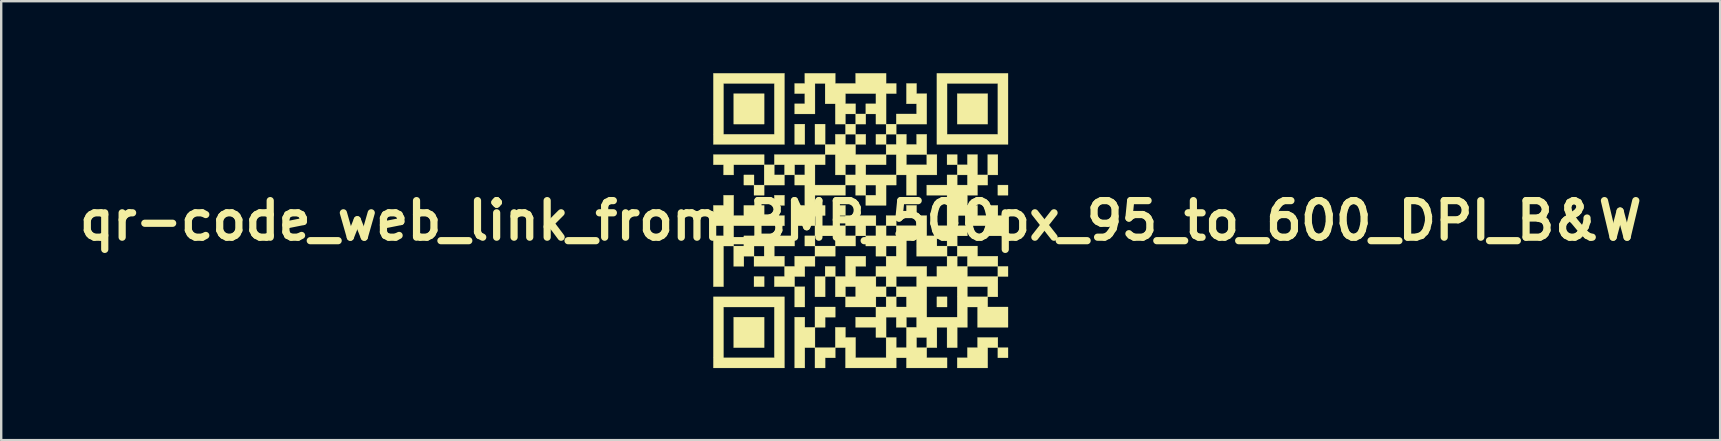
<source format=kicad_pcb>
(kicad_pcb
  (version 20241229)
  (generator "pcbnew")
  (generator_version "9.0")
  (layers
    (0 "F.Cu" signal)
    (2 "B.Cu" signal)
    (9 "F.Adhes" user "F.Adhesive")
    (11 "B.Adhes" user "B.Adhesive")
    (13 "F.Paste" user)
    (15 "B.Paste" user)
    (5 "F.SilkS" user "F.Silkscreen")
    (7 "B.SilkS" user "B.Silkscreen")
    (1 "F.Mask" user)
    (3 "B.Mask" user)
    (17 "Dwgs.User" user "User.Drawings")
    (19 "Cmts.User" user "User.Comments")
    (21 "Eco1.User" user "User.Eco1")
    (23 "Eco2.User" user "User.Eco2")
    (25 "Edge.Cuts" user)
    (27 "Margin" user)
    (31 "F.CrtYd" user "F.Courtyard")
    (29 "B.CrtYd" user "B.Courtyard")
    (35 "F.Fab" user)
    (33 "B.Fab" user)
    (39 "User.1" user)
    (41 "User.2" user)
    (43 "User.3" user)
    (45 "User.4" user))
  (footprint "qr-code_web_link_from_BMP_500px_95_to_600_DPI_B&W"
    (layer "F.Cu")
    (at 32.81 6.143)
    (property "Reference" "qr-code_web_link_from_BMP_500px_95_to_600_DPI_B&W" (at 0 0 0) (layer "F.SilkS") (effects (font (size 1.524 1.524) (thickness 0.3))))
    (attr through_hole)
    (fp_poly (pts (xy -4.445 -1.482) (xy -4.868 -1.482) (xy -4.868 -1.905) (xy -4.445 -1.905) (xy -4.445 -1.482)) (stroke (width 0.01) (type solid)) (fill yes) (layer "F.SilkS"))
    (fp_poly (pts (xy -4.022 -4.022) (xy -5.292 -4.022) (xy -5.292 -5.292) (xy -4.022 -5.292) (xy -4.022 -4.022)) (stroke (width 0.01) (type solid)) (fill yes) (layer "F.SilkS"))
    (fp_poly (pts (xy -4.022 -1.058) (xy -4.445 -1.058) (xy -4.445 -1.482) (xy -4.022 -1.482) (xy -4.022 -1.058)) (stroke (width 0.01) (type solid)) (fill yes) (layer "F.SilkS"))
    (fp_poly (pts (xy -4.022 2.752) (xy -4.445 2.752) (xy -4.445 2.328) (xy -4.022 2.328) (xy -4.022 2.752)) (stroke (width 0.01) (type solid)) (fill yes) (layer "F.SilkS"))
    (fp_poly (pts (xy -4.022 5.292) (xy -5.292 5.292) (xy -5.292 4.022) (xy -4.022 4.022) (xy -4.022 5.292)) (stroke (width 0.01) (type solid)) (fill yes) (layer "F.SilkS"))
    (fp_poly (pts (xy -3.175 -0.635) (xy -3.598 -0.635) (xy -3.598 -1.058) (xy -3.175 -1.058) (xy -3.175 -0.635)) (stroke (width 0.01) (type solid)) (fill yes) (layer "F.SilkS"))
    (fp_poly (pts (xy -2.328 -3.175) (xy -2.752 -3.175) (xy -2.752 -4.022) (xy -2.328 -4.022) (xy -2.328 -3.175)) (stroke (width 0.01) (type solid)) (fill yes) (layer "F.SilkS"))
    (fp_poly (pts (xy -2.328 3.598) (xy -2.752 3.598) (xy -2.752 2.752) (xy -2.328 2.752) (xy -2.328 3.598)) (stroke (width 0.01) (type solid)) (fill yes) (layer "F.SilkS"))
    (fp_poly (pts (xy -1.482 -3.175) (xy -1.905 -3.175) (xy -1.905 -4.022) (xy -1.482 -4.022) (xy -1.482 -3.175)) (stroke (width 0.01) (type solid)) (fill yes) (layer "F.SilkS"))
    (fp_poly (pts (xy -1.482 3.175) (xy -1.905 3.175) (xy -1.905 2.328) (xy -1.482 2.328) (xy -1.482 3.175)) (stroke (width 0.01) (type solid)) (fill yes) (layer "F.SilkS"))
    (fp_poly (pts (xy -1.058 2.328) (xy -1.482 2.328) (xy -1.482 1.905) (xy -1.058 1.905) (xy -1.058 2.328)) (stroke (width 0.01) (type solid)) (fill yes) (layer "F.SilkS"))
    (fp_poly (pts (xy -0.635 -0.212) (xy -1.058 -0.212) (xy -1.058 -0.635) (xy -0.635 -0.635) (xy -0.635 -0.212)) (stroke (width 0.01) (type solid)) (fill yes) (layer "F.SilkS"))
    (fp_poly (pts (xy 0.212 -4.022) (xy -0.212 -4.022) (xy -0.212 -4.445) (xy 0.212 -4.445) (xy 0.212 -4.022)) (stroke (width 0.01) (type solid)) (fill yes) (layer "F.SilkS"))
    (fp_poly (pts (xy 0.212 -3.175) (xy -0.212 -3.175) (xy -0.212 -3.598) (xy 0.212 -3.598) (xy 0.212 -3.175)) (stroke (width 0.01) (type solid)) (fill yes) (layer "F.SilkS"))
    (fp_poly (pts (xy 1.058 -3.175) (xy 0.635 -3.175) (xy 0.635 -3.598) (xy 1.058 -3.598) (xy 1.058 -3.175)) (stroke (width 0.01) (type solid)) (fill yes) (layer "F.SilkS"))
    (fp_poly (pts (xy 2.328 -0.212) (xy 1.905 -0.212) (xy 1.905 -0.635) (xy 2.328 -0.635) (xy 2.328 -0.212)) (stroke (width 0.01) (type solid)) (fill yes) (layer "F.SilkS"))
    (fp_poly (pts (xy 3.598 3.598) (xy 3.175 3.598) (xy 3.175 3.175) (xy 3.598 3.175) (xy 3.598 3.598)) (stroke (width 0.01) (type solid)) (fill yes) (layer "F.SilkS"))
    (fp_poly (pts (xy 4.022 -2.328) (xy 3.598 -2.328) (xy 3.598 -2.752) (xy 4.022 -2.752) (xy 4.022 -2.328)) (stroke (width 0.01) (type solid)) (fill yes) (layer "F.SilkS"))
    (fp_poly (pts (xy 5.292 -4.022) (xy 4.022 -4.022) (xy 4.022 -5.292) (xy 5.292 -5.292) (xy 5.292 -4.022)) (stroke (width 0.01) (type solid)) (fill yes) (layer "F.SilkS"))
    (fp_poly (pts (xy 5.715 -1.905) (xy 5.292 -1.905) (xy 5.292 -2.752) (xy 5.715 -2.752) (xy 5.715 -1.905)) (stroke (width 0.01) (type solid)) (fill yes) (layer "F.SilkS"))
    (fp_poly (pts (xy 6.138 -1.058) (xy 5.715 -1.058) (xy 5.715 -1.482) (xy 6.138 -1.482) (xy 6.138 -1.058)) (stroke (width 0.01) (type solid)) (fill yes) (layer "F.SilkS"))
    (fp_poly (pts (xy 6.138 2.328) (xy 5.715 2.328) (xy 5.715 1.905) (xy 6.138 1.905) (xy 6.138 2.328)) (stroke (width 0.01) (type solid)) (fill yes) (layer "F.SilkS"))
    (fp_poly (pts (xy 6.138 5.715) (xy 5.715 5.715) (xy 5.715 5.292) (xy 6.138 5.292) (xy 6.138 5.715)) (stroke (width 0.01) (type solid)) (fill yes) (layer "F.SilkS"))
    (fp_poly (pts (xy -1.058 4.022) (xy -1.482 4.022) (xy -1.482 4.445) (xy -1.905 4.445) (xy -1.905 3.598) (xy -1.058 3.598) (xy -1.058 4.022)) (stroke (width 0.01) (type solid)) (fill yes) (layer "F.SilkS"))
    (fp_poly (pts (xy -1.058 5.715) (xy -1.482 5.715) (xy -1.482 6.138) (xy -1.905 6.138) (xy -1.905 5.292) (xy -1.058 5.292) (xy -1.058 5.715)) (stroke (width 0.01) (type solid)) (fill yes) (layer "F.SilkS"))
    (fp_poly (pts (xy -4.022 -2.328) (xy -5.292 -2.328) (xy -5.292 -1.905) (xy -5.715 -1.905) (xy -5.715 -2.328) (xy -6.138 -2.328) (xy -6.138 -2.752) (xy -4.022 -2.752) (xy -4.022 -2.328)) (stroke (width 0.01) (type solid)) (fill yes) (layer "F.SilkS"))
    (fp_poly (pts (xy -2.328 4.445) (xy -1.905 4.445) (xy -1.905 5.292) (xy -2.328 5.292) (xy -2.328 6.138) (xy -2.752 6.138) (xy -2.752 4.022) (xy -2.328 4.022) (xy -2.328 4.445)) (stroke (width 0.01) (type solid)) (fill yes) (layer "F.SilkS"))
    (fp_poly (pts (xy 2.328 -5.292) (xy 2.752 -5.292) (xy 2.752 -4.022) (xy 1.482 -4.022) (xy 1.482 -4.445) (xy 2.328 -4.445) (xy 2.328 -4.868) (xy 1.905 -4.868) (xy 1.905 -5.715) (xy 2.328 -5.715) (xy 2.328 -5.292)) (stroke (width 0.01) (type solid)) (fill yes) (layer "F.SilkS"))
    (fp_poly (pts (xy 5.715 5.292) (xy 5.292 5.292) (xy 5.292 6.138) (xy 4.022 6.138) (xy 4.022 5.715) (xy 4.445 5.715) (xy 4.445 5.292) (xy 4.868 5.292) (xy 4.868 4.868) (xy 5.715 4.868) (xy 5.715 5.292)) (stroke (width 0.01) (type solid)) (fill yes) (layer "F.SilkS"))
    (fp_poly (pts (xy -3.175 -3.175) (xy -6.138 -3.175) (xy -6.138 -5.715) (xy -5.715 -5.715) (xy -5.715 -3.598) (xy -3.598 -3.598) (xy -3.598 -5.715) (xy -5.715 -5.715) (xy -6.138 -5.715) (xy -6.138 -6.138) (xy -3.175 -6.138) (xy -3.175 -3.175)) (stroke (width 0.01) (type solid)) (fill yes) (layer "F.SilkS"))
    (fp_poly (pts (xy -3.175 6.138) (xy -6.138 6.138) (xy -6.138 3.598) (xy -5.715 3.598) (xy -5.715 5.715) (xy -3.598 5.715) (xy -3.598 3.598) (xy -5.715 3.598) (xy -6.138 3.598) (xy -6.138 3.175) (xy -3.175 3.175) (xy -3.175 6.138)) (stroke (width 0.01) (type solid)) (fill yes) (layer "F.SilkS"))
    (fp_poly (pts (xy 6.138 -3.175) (xy 3.175 -3.175) (xy 3.175 -5.715) (xy 3.598 -5.715) (xy 3.598 -3.598) (xy 5.715 -3.598) (xy 5.715 -5.715) (xy 3.598 -5.715) (xy 3.175 -5.715) (xy 3.175 -6.138) (xy 6.138 -6.138) (xy 6.138 -3.175)) (stroke (width 0.01) (type solid)) (fill yes) (layer "F.SilkS"))
    (fp_poly (pts (xy -1.905 1.905) (xy -2.328 1.905) (xy -2.328 2.328) (xy -2.752 2.328) (xy -2.752 2.752) (xy -3.598 2.752) (xy -3.598 2.328) (xy -3.175 2.328) (xy -3.175 1.905) (xy -2.752 1.905) (xy -2.752 1.482) (xy -1.905 1.482) (xy -1.905 1.905)) (stroke (width 0.01) (type solid)) (fill yes) (layer "F.SilkS"))
    (fp_poly (pts (xy -5.292 -0.212) (xy -4.868 -0.212) (xy -4.868 -0.635) (xy -4.022 -0.635) (xy -4.022 -0.212) (xy -3.175 -0.212) (xy -3.175 0.212) (xy -5.292 0.212) (xy -5.292 1.058) (xy -5.715 1.058) (xy -5.715 2.752) (xy -6.138 2.752) (xy -6.138 0.635) (xy -5.715 0.635) (xy -5.715 0.212) (xy -6.138 0.212) (xy -6.138 -0.635) (xy -5.715 -0.635) (xy -5.715 -1.058) (xy -5.292 -1.058) (xy -5.292 -0.212)) (stroke (width 0.01) (type solid)) (fill yes) (layer "F.SilkS"))
    (fp_poly (pts (xy -2.752 1.058) (xy -3.598 1.058) (xy -3.598 1.482) (xy -3.175 1.482) (xy -3.175 1.905) (xy -4.445 1.905) (xy -4.445 1.482) (xy -4.868 1.482) (xy -4.868 1.905) (xy -5.292 1.905) (xy -5.292 1.058) (xy -4.868 1.058) (xy -4.445 1.058) (xy -4.445 1.482) (xy -4.022 1.482) (xy -4.022 1.058) (xy -4.445 1.058) (xy -4.868 1.058) (xy -4.868 0.635) (xy -2.752 0.635) (xy -2.752 1.058)) (stroke (width 0.01) (type solid)) (fill yes) (layer "F.SilkS"))
    (fp_poly (pts (xy 3.175 -2.752) (xy 3.175 -1.905) (xy 2.328 -1.905) (xy 2.328 -1.058) (xy 1.905 -1.058) (xy 1.905 -1.905) (xy 1.482 -1.905) (xy 1.482 -1.482) (xy 1.058 -1.482) (xy 1.058 -0.635) (xy 0.212 -0.635) (xy 0.212 -1.058) (xy -0.212 -1.058) (xy -0.212 -1.482) (xy 0.212 -1.482) (xy 0.212 -1.058) (xy 0.635 -1.058) (xy 0.635 -1.482) (xy 0.212 -1.482) (xy -0.212 -1.482) (xy -0.635 -1.482) (xy -0.635 -1.058) (xy -1.905 -1.058) (xy -1.905 -0.635) (xy -1.482 -0.635) (xy -1.482 -0.212) (xy -1.905 -0.212) (xy -1.905 0.212) (xy -2.752 0.212) (xy -2.752 -0.635) (xy -2.328 -0.635) (xy -2.328 -1.482) (xy -2.752 -1.482) (xy -2.752 -1.905) (xy -3.175 -1.905) (xy -3.175 -1.482) (xy -4.022 -1.482) (xy -4.022 -2.328) (xy -3.598 -2.328) (xy -3.598 -1.905) (xy -3.175 -1.905) (xy -3.175 -2.328) (xy -2.752 -2.328) (xy -2.752 -1.905) (xy -2.328 -1.905) (xy -2.328 -2.328) (xy -1.905 -2.328) (xy -1.905 -1.482) (xy -0.635 -1.482) (xy -0.635 -1.905) (xy -1.058 -1.905) (xy -1.058 -2.328) (xy -0.635 -2.328) (xy -0.635 -1.905) (xy -0.212 -1.905) (xy -0.212 -2.328) (xy 0.212 -2.328) (xy 0.212 -1.905) (xy 1.482 -1.905) (xy 1.482 -2.752) (xy 1.905 -2.752) (xy 1.905 -2.328) (xy 2.752 -2.328) (xy 2.752 -2.752) (xy 1.905 -2.752) (xy 1.482 -2.752) (xy 1.058 -2.752) (xy 1.058 -2.328) (xy 0.212 -2.328) (xy -0.212 -2.328) (xy -0.635 -2.328) (xy -1.058 -2.328) (xy -1.058 -2.752) (xy -1.482 -2.752) (xy -1.482 -2.328) (xy -1.905 -2.328) (xy -2.328 -2.328) (xy -2.752 -2.328) (xy -3.175 -2.328) (xy -3.598 -2.328) (xy -3.598 -2.752) (xy -1.482 -2.752) (xy -1.482 -3.175) (xy -1.058 -3.175) (xy -1.058 -3.598) (xy -0.635 -3.598) (xy -0.635 -4.022) (xy -1.058 -4.022) (xy -1.058 -4.868) (xy -1.482 -4.868) (xy -1.482 -5.292) (xy -0.635 -5.292) (xy -0.635 -4.868) (xy -0.212 -4.868) (xy -0.212 -4.445) (xy -0.635 -4.445) (xy -0.635 -4.022) (xy -0.212 -4.022) (xy -0.212 -3.598) (xy -0.635 -3.598) (xy -0.635 -3.175) (xy -0.212 -3.175) (xy -0.212 -2.752) (xy 1.058 -2.752) (xy 1.058 -3.175) (xy 1.482 -3.175) (xy 1.482 -3.598) (xy 1.058 -3.598) (xy 1.058 -4.022) (xy 0.635 -4.022) (xy 0.635 -4.445) (xy 0.212 -4.445) (xy 0.212 -4.868) (xy 0.635 -4.868) (xy 0.635 -5.292) (xy -0.635 -5.292) (xy -1.482 -5.292) (xy -1.482 -5.715) (xy -1.905 -5.715) (xy -1.905 -4.445) (xy -2.752 -4.445) (xy -2.752 -4.868) (xy -2.328 -4.868) (xy -2.328 -5.292) (xy -2.752 -5.292) (xy -2.752 -5.715) (xy -2.328 -5.715) (xy -2.328 -6.138) (xy -1.058 -6.138) (xy -1.058 -5.715) (xy -0.212 -5.715) (xy -0.212 -6.138) (xy 1.058 -6.138) (xy 1.058 -5.715) (xy 1.482 -5.715) (xy 1.482 -5.292) (xy 1.058 -5.292) (xy 1.058 -4.022) (xy 1.482 -4.022) (xy 1.482 -3.598) (xy 1.905 -3.598) (xy 1.905 -3.175) (xy 2.328 -3.175) (xy 2.328 -3.598) (xy 2.752 -3.598) (xy 2.752 -2.752) (xy 3.175 -2.752)) (stroke (width 0.01) (type solid)) (fill yes) (layer "F.SilkS"))
    (fp_poly (pts (xy -1.058 4.445) (xy -0.635 4.445) (xy -0.635 4.868) (xy -0.212 4.868) (xy -0.212 5.715) (xy 1.058 5.715) (xy 1.058 4.868) (xy 0.635 4.868) (xy 0.635 4.445) (xy -0.212 4.445) (xy -0.212 4.022) (xy 0.635 4.022) (xy 1.058 4.022) (xy 1.058 4.868) (xy 1.482 4.868) (xy 1.482 5.292) (xy 1.905 5.292) (xy 1.905 4.868) (xy 2.328 4.868) (xy 2.328 5.292) (xy 2.752 5.292) (xy 2.752 4.868) (xy 2.328 4.868) (xy 1.905 4.868) (xy 1.905 4.445) (xy 1.482 4.445) (xy 1.482 4.022) (xy 1.905 4.022) (xy 1.905 4.445) (xy 2.328 4.445) (xy 2.328 4.022) (xy 1.905 4.022) (xy 1.482 4.022) (xy 1.058 4.022) (xy 0.635 4.022) (xy 0.635 3.598) (xy -0.635 3.598) (xy -0.635 3.175) (xy -1.058 3.175) (xy -1.058 2.752) (xy -0.635 2.752) (xy -0.635 3.175) (xy -0.212 3.175) (xy 0.635 3.175) (xy 0.635 3.598) (xy 1.058 3.598) (xy 1.058 3.175) (xy 0.635 3.175) (xy -0.212 3.175) (xy -0.212 2.752) (xy -0.635 2.752) (xy -1.058 2.752) (xy -1.058 2.328) (xy -0.635 2.328) (xy -0.635 1.482) (xy 0.212 1.482) (xy 0.212 1.905) (xy -0.212 1.905) (xy -0.212 2.328) (xy 0.635 2.328) (xy 0.635 2.752) (xy 1.058 2.752) (xy 1.058 3.175) (xy 1.482 3.175) (xy 1.482 3.598) (xy 1.905 3.598) (xy 1.905 3.175) (xy 1.482 3.175) (xy 1.482 2.752) (xy 1.058 2.752) (xy 1.058 2.328) (xy 1.482 2.328) (xy 1.482 2.752) (xy 2.328 2.752) (xy 2.752 2.752) (xy 2.752 4.022) (xy 4.022 4.022) (xy 4.022 2.752) (xy 4.445 2.752) (xy 4.445 3.175) (xy 5.292 3.175) (xy 5.292 2.752) (xy 4.445 2.752) (xy 4.022 2.752) (xy 2.752 2.752) (xy 2.328 2.752) (xy 2.328 2.328) (xy 1.482 2.328) (xy 1.058 2.328) (xy 0.635 2.328) (xy 0.635 1.905) (xy 1.058 1.905) (xy 1.058 1.482) (xy 0.635 1.482) (xy 0.635 1.058) (xy 1.058 1.058) (xy 1.058 1.482) (xy 1.482 1.482) (xy 1.482 1.058) (xy 1.058 1.058) (xy 0.635 1.058) (xy 0.212 1.058) (xy 0.212 0.635) (xy -0.212 0.635) (xy -0.212 1.058) (xy -1.058 1.058) (xy -1.058 1.482) (xy -1.905 1.482) (xy -1.905 1.058) (xy -2.328 1.058) (xy -2.328 0.635) (xy -1.905 0.635) (xy -1.905 1.058) (xy -1.058 1.058) (xy -1.058 0.635) (xy -1.905 0.635) (xy -1.905 0.212) (xy -0.635 0.212) (xy -0.635 0.635) (xy -0.212 0.635) (xy -0.212 0.212) (xy 0.212 0.212) (xy 0.212 0.635) (xy 0.635 0.635) (xy 0.635 0.212) (xy 0.212 0.212) (xy -0.212 0.212) (xy -0.635 0.212) (xy -0.635 -0.212) (xy 0.635 -0.212) (xy 0.635 0.212) (xy 1.058 0.212) (xy 1.058 0.635) (xy 1.482 0.635) (xy 1.905 0.635) (xy 1.905 1.905) (xy 2.752 1.905) (xy 2.752 2.328) (xy 3.175 2.328) (xy 3.175 1.905) (xy 3.598 1.905) (xy 3.598 1.482) (xy 2.328 1.482) (xy 2.328 0.635) (xy 1.905 0.635) (xy 1.482 0.635) (xy 1.482 0.212) (xy 1.058 0.212) (xy 1.058 -0.212) (xy 1.482 -0.212) (xy 1.482 0.212) (xy 2.328 0.212) (xy 2.328 -0.212) (xy 2.752 -0.212) (xy 2.752 0.635) (xy 3.175 0.635) (xy 3.175 1.058) (xy 3.598 1.058) (xy 3.598 1.482) (xy 4.022 1.482) (xy 4.022 1.905) (xy 4.445 1.905) (xy 4.445 1.482) (xy 4.022 1.482) (xy 4.022 1.058) (xy 3.598 1.058) (xy 3.598 0.635) (xy 3.175 0.635) (xy 3.175 0.212) (xy 3.598 0.212) (xy 3.598 -0.212) (xy 4.022 -0.212) (xy 4.022 0.212) (xy 4.445 0.212) (xy 4.445 -0.212) (xy 4.022 -0.212) (xy 3.598 -0.212) (xy 3.598 -1.058) (xy 2.752 -1.058) (xy 2.752 -1.482) (xy 3.598 -1.482) (xy 3.598 -1.905) (xy 4.022 -1.905) (xy 4.022 -1.482) (xy 4.445 -1.482) (xy 4.445 -1.905) (xy 4.022 -1.905) (xy 4.022 -2.328) (xy 4.445 -2.328) (xy 4.445 -2.752) (xy 4.868 -2.752) (xy 4.868 -1.905) (xy 5.292 -1.905) (xy 5.292 -1.482) (xy 4.868 -1.482) (xy 4.868 -1.058) (xy 4.445 -1.058) (xy 4.445 -0.635) (xy 4.868 -0.635) (xy 4.868 -0.212) (xy 5.292 -0.212) (xy 5.292 -0.635) (xy 5.715 -0.635) (xy 5.715 -0.212) (xy 6.138 -0.212) (xy 6.138 0.635) (xy 5.292 0.635) (xy 5.292 0.212) (xy 4.445 0.212) (xy 4.445 0.635) (xy 4.022 0.635) (xy 4.022 1.058) (xy 4.868 1.058) (xy 4.868 1.482) (xy 5.715 1.482) (xy 5.715 1.905) (xy 4.445 1.905) (xy 4.445 2.328) (xy 5.715 2.328) (xy 5.715 3.175) (xy 5.292 3.175) (xy 5.292 3.598) (xy 6.138 3.598) (xy 6.138 4.445) (xy 4.868 4.445) (xy 4.868 3.598) (xy 4.445 3.598) (xy 4.445 4.445) (xy 4.022 4.445) (xy 4.022 5.292) (xy 3.598 5.292) (xy 3.598 4.445) (xy 3.175 4.445) (xy 3.175 5.292) (xy 2.752 5.292) (xy 2.752 5.715) (xy 3.598 5.715) (xy 3.598 6.138) (xy 1.905 6.138) (xy 1.905 5.715) (xy 1.482 5.715) (xy 1.482 6.138) (xy -0.635 6.138) (xy -0.635 5.292) (xy -1.058 5.292) (xy -1.058 4.445)) (stroke (width 0.01) (type solid)) (fill yes) (layer "F.SilkS")))
  (gr_rect
    (start -3 -3)
    (end 68.619 15.287)
    (stroke (width 0.1) (type default))
    (fill no)
    (layer "Edge.Cuts")))
</source>
